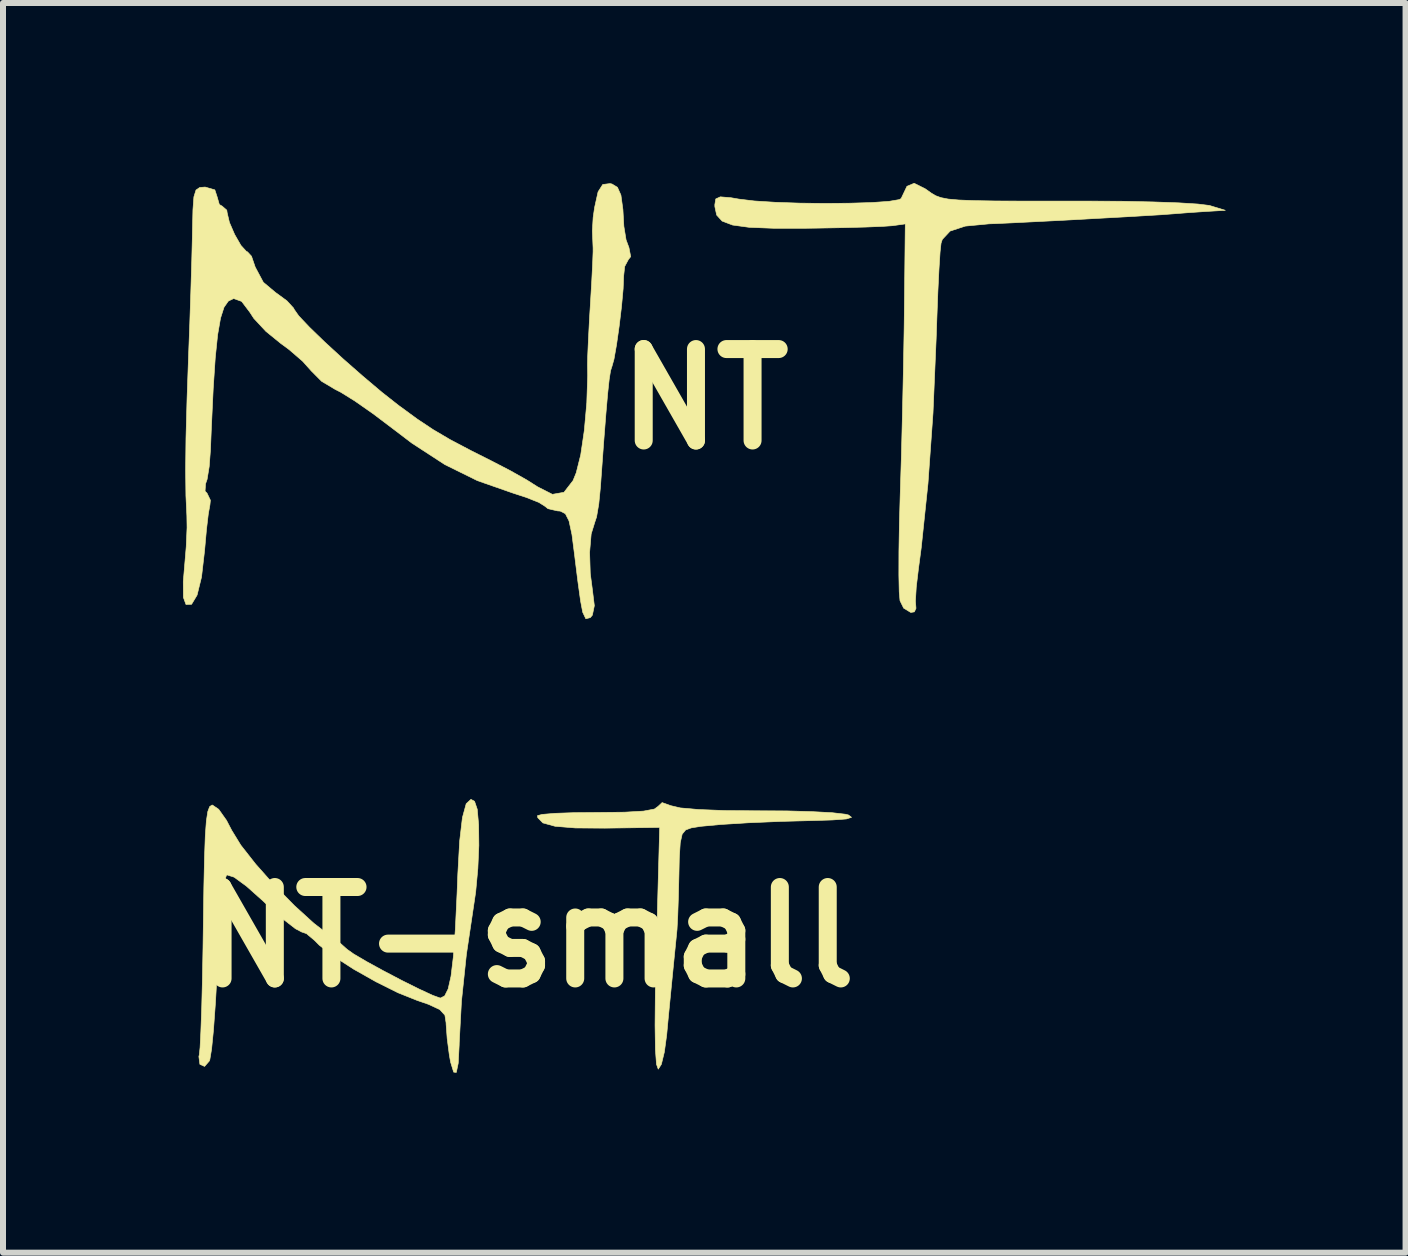
<source format=kicad_pcb>
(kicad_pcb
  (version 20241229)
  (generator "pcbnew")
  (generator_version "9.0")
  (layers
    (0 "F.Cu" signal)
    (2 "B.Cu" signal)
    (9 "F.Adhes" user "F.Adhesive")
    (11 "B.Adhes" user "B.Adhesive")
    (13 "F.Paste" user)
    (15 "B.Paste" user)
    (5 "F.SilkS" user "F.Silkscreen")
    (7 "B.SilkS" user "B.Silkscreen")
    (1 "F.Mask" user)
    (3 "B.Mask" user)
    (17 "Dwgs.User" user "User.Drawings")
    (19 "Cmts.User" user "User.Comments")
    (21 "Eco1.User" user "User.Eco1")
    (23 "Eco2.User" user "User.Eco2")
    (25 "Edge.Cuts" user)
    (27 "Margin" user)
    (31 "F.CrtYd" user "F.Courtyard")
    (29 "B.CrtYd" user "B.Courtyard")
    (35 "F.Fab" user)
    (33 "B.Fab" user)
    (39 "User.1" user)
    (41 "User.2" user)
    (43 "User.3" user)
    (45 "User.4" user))
  (footprint "NT"
    (layer "F.Cu")
    (at 8.696 3.603)
    (property "Reference" "NT" (at 0 0 0) (layer "F.SilkS") (effects (font (size 1.524 1.524) (thickness 0.3))))
    (attr through_hole)
    (fp_poly (pts (xy 3.675 -3.507) (xy 3.702 -3.488) (xy 3.778 -3.434) (xy 3.85 -3.391) (xy 3.937 -3.359) (xy 4.059 -3.335) (xy 4.237 -3.319) (xy 4.49 -3.309) (xy 4.838 -3.303) (xy 5.301 -3.301) (xy 5.898 -3.301) (xy 6.435 -3.301) (xy 6.976 -3.298) (xy 7.475 -3.287) (xy 7.9 -3.272) (xy 8.221 -3.252) (xy 8.408 -3.229) (xy 8.424 -3.225) (xy 8.678 -3.147) (xy 8.34 -3.127) (xy 8.06 -3.108) (xy 7.817 -3.089) (xy 7.789 -3.087) (xy 7.618 -3.074) (xy 7.314 -3.056) (xy 6.917 -3.033) (xy 6.463 -3.008) (xy 5.99 -2.982) (xy 5.536 -2.959) (xy 5.139 -2.939) (xy 4.835 -2.925) (xy 4.741 -2.922) (xy 4.344 -2.884) (xy 4.091 -2.801) (xy 3.961 -2.662) (xy 3.94 -2.598) (xy 3.924 -2.453) (xy 3.906 -2.172) (xy 3.887 -1.788) (xy 3.87 -1.334) (xy 3.859 -1.016) (xy 3.806 0.231) (xy 3.722 1.409) (xy 3.61 2.475) (xy 3.563 2.83) (xy 3.527 3.132) (xy 3.513 3.366) (xy 3.522 3.485) (xy 3.523 3.486) (xy 3.495 3.546) (xy 3.436 3.556) (xy 3.317 3.484) (xy 3.256 3.36) (xy 3.243 3.214) (xy 3.237 2.931) (xy 3.238 2.54) (xy 3.246 2.073) (xy 3.259 1.603) (xy 3.279 0.956) (xy 3.297 0.227) (xy 3.313 -0.512) (xy 3.325 -1.186) (xy 3.328 -1.439) (xy 3.344 -2.921) (xy 3.133 -2.891) (xy 2.974 -2.88) (xy 2.682 -2.868) (xy 2.296 -2.858) (xy 1.851 -2.85) (xy 1.693 -2.848) (xy 1.144 -2.848) (xy 0.741 -2.864) (xy 0.464 -2.902) (xy 0.291 -2.968) (xy 0.2 -3.068) (xy 0.17 -3.207) (xy 0.169 -3.24) (xy 0.185 -3.337) (xy 0.261 -3.372) (xy 0.439 -3.357) (xy 0.572 -3.334) (xy 0.829 -3.303) (xy 1.177 -3.281) (xy 1.582 -3.267) (xy 2.008 -3.262) (xy 2.422 -3.266) (xy 2.789 -3.277) (xy 3.074 -3.297) (xy 3.244 -3.326) (xy 3.275 -3.344) (xy 3.372 -3.548) (xy 3.492 -3.598) (xy 3.675 -3.507)) (stroke (width 0.01) (type solid)) (fill yes) (layer "F.SilkS"))
    (fp_poly (pts (xy -1.545 -3.586) (xy -1.454 -3.531) (xy -1.396 -3.401) (xy -1.363 -3.162) (xy -1.347 -2.88) (xy -1.31 -2.654) (xy -1.262 -2.525) (xy -1.233 -2.375) (xy -1.271 -2.328) (xy -1.333 -2.212) (xy -1.351 -2.048) (xy -1.359 -1.839) (xy -1.386 -1.545) (xy -1.425 -1.218) (xy -1.469 -0.908) (xy -1.512 -0.664) (xy -1.548 -0.537) (xy -1.549 -0.536) (xy -1.569 -0.472) (xy -1.591 -0.333) (xy -1.616 -0.102) (xy -1.646 0.241) (xy -1.683 0.713) (xy -1.728 1.333) (xy -1.737 1.463) (xy -1.765 1.746) (xy -1.802 1.964) (xy -1.83 2.047) (xy -1.892 2.248) (xy -1.918 2.554) (xy -1.907 2.906) (xy -1.873 3.165) (xy -1.839 3.443) (xy -1.872 3.601) (xy -1.907 3.642) (xy -1.981 3.661) (xy -2.033 3.552) (xy -2.068 3.368) (xy -2.114 3.036) (xy -2.158 2.683) (xy -2.165 2.625) (xy -2.212 2.258) (xy -2.261 2.03) (xy -2.322 1.91) (xy -2.408 1.866) (xy -2.452 1.863) (xy -2.611 1.827) (xy -2.662 1.786) (xy -2.763 1.722) (xy -2.978 1.637) (xy -3.196 1.566) (xy -3.788 1.359) (xy -4.331 1.091) (xy -4.881 0.733) (xy -5.211 0.482) (xy -5.529 0.242) (xy -5.828 0.033) (xy -6.066 -0.115) (xy -6.155 -0.16) (xy -6.385 -0.297) (xy -6.556 -0.469) (xy -6.556 -0.469) (xy -6.701 -0.631) (xy -6.927 -0.826) (xy -7.068 -0.93) (xy -7.314 -1.13) (xy -7.515 -1.346) (xy -7.582 -1.449) (xy -7.718 -1.629) (xy -7.852 -1.677) (xy -7.94 -1.634) (xy -8.012 -1.531) (xy -8.07 -1.35) (xy -8.118 -1.075) (xy -8.158 -0.689) (xy -8.192 -0.176) (xy -8.223 0.482) (xy -8.238 0.847) (xy -8.259 1.124) (xy -8.294 1.338) (xy -8.32 1.412) (xy -8.328 1.534) (xy -8.295 1.568) (xy -8.239 1.685) (xy -8.247 1.764) (xy -8.274 1.915) (xy -8.305 2.18) (xy -8.334 2.503) (xy -8.336 2.526) (xy -8.387 2.966) (xy -8.461 3.267) (xy -8.553 3.42) (xy -8.646 3.423) (xy -8.689 3.305) (xy -8.691 3.042) (xy -8.671 2.807) (xy -8.642 2.462) (xy -8.628 2.14) (xy -8.631 1.947) (xy -8.647 1.609) (xy -8.652 1.184) (xy -8.646 0.651) (xy -8.628 -0.01) (xy -8.603 -0.72) (xy -8.583 -1.254) (xy -8.565 -1.796) (xy -8.55 -2.294) (xy -8.54 -2.694) (xy -8.538 -2.805) (xy -8.53 -3.156) (xy -8.514 -3.372) (xy -8.479 -3.485) (xy -8.417 -3.528) (xy -8.327 -3.535) (xy -8.165 -3.488) (xy -8.128 -3.376) (xy -8.09 -3.244) (xy -8.043 -3.217) (xy -7.966 -3.15) (xy -7.959 -3.103) (xy -7.922 -2.946) (xy -7.835 -2.745) (xy -7.73 -2.562) (xy -7.638 -2.461) (xy -7.621 -2.455) (xy -7.554 -2.382) (xy -7.494 -2.207) (xy -7.494 -2.205) (xy -7.357 -1.948) (xy -7.154 -1.778) (xy -6.964 -1.639) (xy -6.852 -1.517) (xy -6.842 -1.495) (xy -6.767 -1.388) (xy -6.588 -1.199) (xy -6.333 -0.952) (xy -6.028 -0.672) (xy -5.701 -0.385) (xy -5.38 -0.114) (xy -5.09 0.114) (xy -5.085 0.117) (xy -4.79 0.333) (xy -4.525 0.509) (xy -4.243 0.675) (xy -3.894 0.859) (xy -3.556 1.029) (xy -3.245 1.19) (xy -2.966 1.347) (xy -2.783 1.463) (xy -2.538 1.587) (xy -2.345 1.553) (xy -2.194 1.358) (xy -2.141 1.228) (xy -2.066 0.929) (xy -2.006 0.521) (xy -1.965 0.061) (xy -1.95 -0.392) (xy -1.953 -0.572) (xy -1.95 -0.716) (xy -1.938 -0.986) (xy -1.92 -1.335) (xy -1.906 -1.566) (xy -1.884 -1.936) (xy -1.868 -2.247) (xy -1.86 -2.457) (xy -1.86 -2.519) (xy -1.872 -2.805) (xy -1.859 -3.028) (xy -1.835 -3.194) (xy -1.777 -3.455) (xy -1.699 -3.578) (xy -1.578 -3.593) (xy -1.545 -3.586)) (stroke (width 0.01) (type solid)) (fill yes) (layer "F.SilkS")))
  (footprint "NT-small"
    (layer "F.Cu")
    (at 5.74 12.57)
    (property "Reference" "NT-small" (at 0 0 0) (layer "F.SilkS") (effects (font (size 1.524 1.524) (thickness 0.3))))
    (attr through_hole)
    (fp_poly (pts (xy 2.389 -2.191) (xy 2.55 -2.153) (xy 2.859 -2.126) (xy 3.295 -2.109) (xy 3.837 -2.105) (xy 3.863 -2.105) (xy 4.33 -2.103) (xy 4.748 -2.091) (xy 5.084 -2.073) (xy 5.302 -2.048) (xy 5.354 -2.035) (xy 5.404 -1.996) (xy 5.318 -1.969) (xy 5.083 -1.952) (xy 4.826 -1.944) (xy 4.222 -1.928) (xy 3.679 -1.905) (xy 3.226 -1.877) (xy 2.891 -1.846) (xy 2.731 -1.82) (xy 2.639 -1.786) (xy 2.581 -1.716) (xy 2.549 -1.573) (xy 2.533 -1.322) (xy 2.527 -1.036) (xy 2.518 -0.672) (xy 2.507 -0.351) (xy 2.495 -0.127) (xy 2.491 -0.085) (xy 2.45 0.323) (xy 2.4 0.828) (xy 2.348 1.36) (xy 2.323 1.63) (xy 2.284 1.916) (xy 2.234 2.121) (xy 2.183 2.201) (xy 2.182 2.201) (xy 2.153 2.12) (xy 2.135 1.877) (xy 2.129 1.469) (xy 2.134 0.895) (xy 2.151 0.187) (xy 2.206 -1.828) (xy 1.293 -1.816) (xy 0.803 -1.819) (xy 0.463 -1.847) (xy 0.259 -1.903) (xy 0.174 -1.99) (xy 0.169 -2.024) (xy 0.248 -2.045) (xy 0.464 -2.063) (xy 0.782 -2.074) (xy 1.157 -2.077) (xy 1.623 -2.082) (xy 1.938 -2.1) (xy 2.118 -2.134) (xy 2.18 -2.179) (xy 2.247 -2.242) (xy 2.389 -2.191)) (stroke (width 0.01) (type solid)) (fill yes) (layer "F.SilkS"))
    (fp_poly (pts (xy -0.88 -2.263) (xy -0.835 -2.131) (xy -0.812 -1.872) (xy -0.808 -1.528) (xy -0.825 -1.141) (xy -0.861 -0.752) (xy -0.895 -0.522) (xy -1.016 0.29) (xy -1.098 1.07) (xy -1.135 1.756) (xy -1.136 1.799) (xy -1.152 2.103) (xy -1.184 2.256) (xy -1.228 2.251) (xy -1.279 2.085) (xy -1.3 1.968) (xy -1.336 1.692) (xy -1.354 1.448) (xy -1.354 1.432) (xy -1.374 1.302) (xy -1.46 1.208) (xy -1.647 1.121) (xy -1.841 1.054) (xy -2.156 0.928) (xy -2.521 0.746) (xy -2.893 0.536) (xy -3.223 0.323) (xy -3.468 0.135) (xy -3.545 0.057) (xy -3.682 -0.058) (xy -3.762 -0.085) (xy -3.866 -0.14) (xy -4.055 -0.287) (xy -4.296 -0.499) (xy -4.4 -0.597) (xy -4.681 -0.848) (xy -4.888 -0.999) (xy -5.005 -1.036) (xy -5.015 -1.03) (xy -5.056 -0.913) (xy -5.094 -0.674) (xy -5.121 -0.359) (xy -5.125 -0.285) (xy -5.164 0.487) (xy -5.199 1.097) (xy -5.232 1.554) (xy -5.263 1.866) (xy -5.292 2.04) (xy -5.299 2.063) (xy -5.38 2.156) (xy -5.458 2.121) (xy -5.475 1.992) (xy -5.468 1.961) (xy -5.455 1.84) (xy -5.442 1.574) (xy -5.428 1.19) (xy -5.416 0.713) (xy -5.406 0.169) (xy -5.401 -0.19) (xy -5.392 -0.833) (xy -5.381 -1.326) (xy -5.368 -1.688) (xy -5.35 -1.937) (xy -5.326 -2.093) (xy -5.295 -2.175) (xy -5.255 -2.201) (xy -5.249 -2.201) (xy -5.145 -2.13) (xy -5.014 -1.945) (xy -4.928 -1.78) (xy -4.776 -1.532) (xy -4.528 -1.216) (xy -4.219 -0.868) (xy -3.885 -0.527) (xy -3.56 -0.231) (xy -3.292 -0.025) (xy -3.113 0.107) (xy -3.006 0.203) (xy -2.896 0.281) (xy -2.68 0.408) (xy -2.399 0.562) (xy -2.094 0.722) (xy -1.807 0.865) (xy -1.58 0.97) (xy -1.454 1.016) (xy -1.449 1.016) (xy -1.378 0.981) (xy -1.32 0.865) (xy -1.272 0.652) (xy -1.233 0.326) (xy -1.2 -0.131) (xy -1.171 -0.733) (xy -1.159 -1.045) (xy -1.128 -1.601) (xy -1.082 -1.992) (xy -1.019 -2.223) (xy -0.94 -2.296) (xy -0.88 -2.263)) (stroke (width 0.01) (type solid)) (fill yes) (layer "F.SilkS")))
  (gr_rect
    (start -3 -3)
    (end 20.379 17.83)
    (stroke (width 0.1) (type default))
    (fill no)
    (layer "Edge.Cuts")))
</source>
